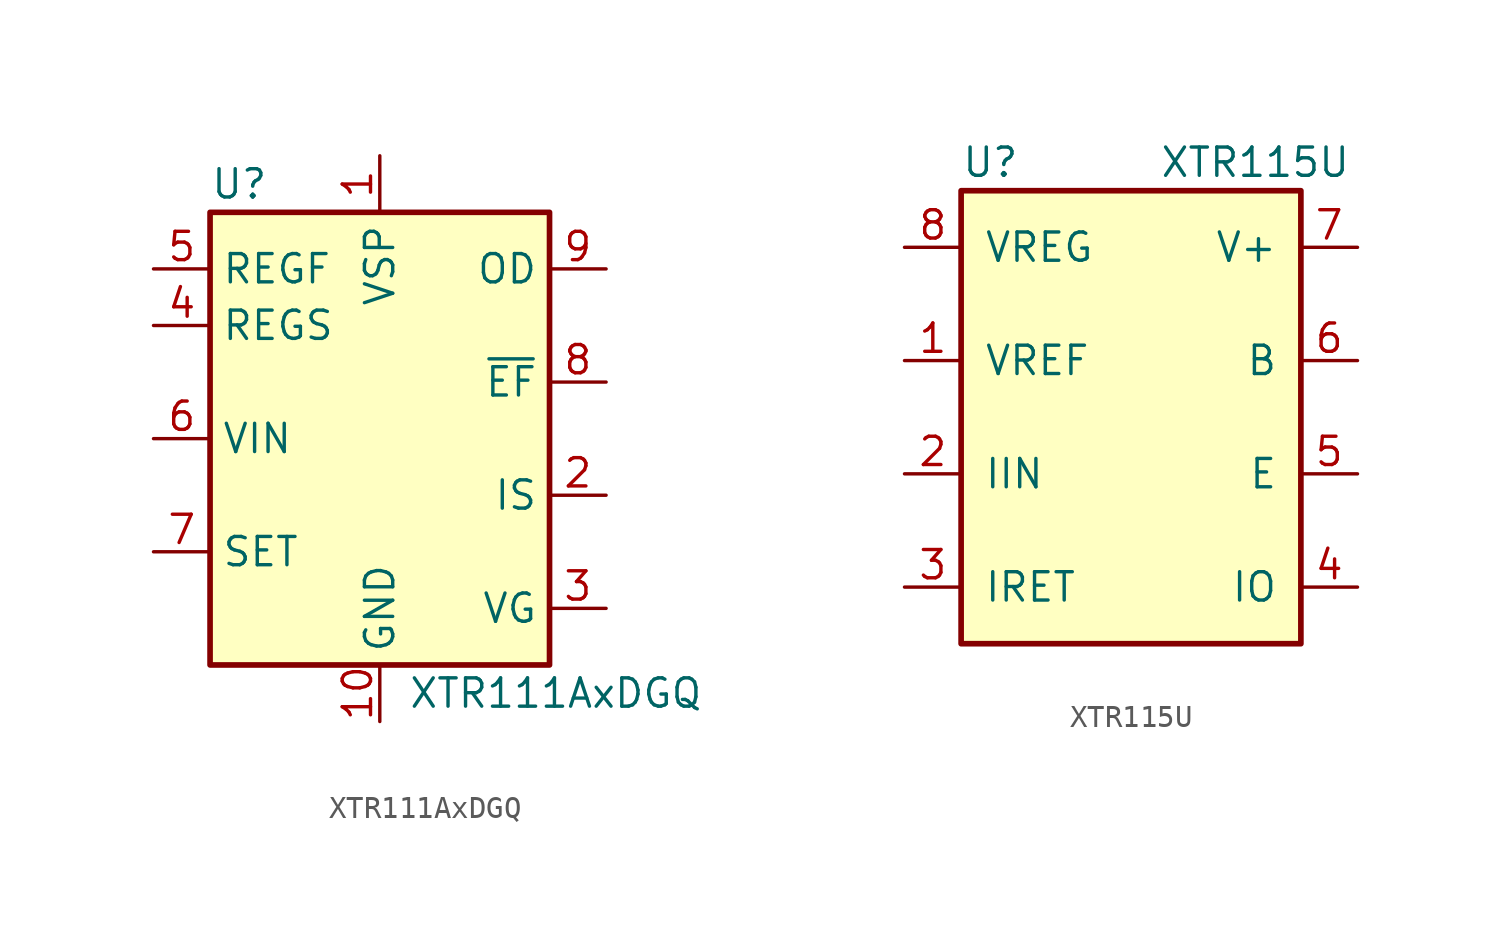
<source format=kicad_sym>
(kicad_symbol_lib
  (version 20241209)
  (generator "kicad_symbol_editor")
  (generator_version "9.0")
  (symbol "XTR111AxDGQ"
    (property "Reference" "U"
      (at -7.62 11.43 0)
      (effects (font (size 1.27 1.27)) (justify left)))
    (property "Value" "XTR111AxDGQ"
      (at 1.27 -11.43 0)
      (effects (font (size 1.27 1.27)) (justify left)))
    (symbol "XTR111AxDGQ_0_1"
      (rectangle (start -7.62 10.16) (end 7.62 -10.16) (stroke (width 0.254) (type default)) (fill (type background))))
    (symbol "XTR111AxDGQ_1_1"
      (pin output line (at -10.16 7.62 0) (length 2.54) (name "REGF" (effects (font (size 1.27 1.27)))) (number "5" (effects (font (size 1.27 1.27)))))
      (pin input line (at -10.16 5.08 0) (length 2.54) (name "REGS" (effects (font (size 1.27 1.27)))) (number "4" (effects (font (size 1.27 1.27)))))
      (pin input line (at -10.16 0 0) (length 2.54) (name "VIN" (effects (font (size 1.27 1.27)))) (number "6" (effects (font (size 1.27 1.27)))))
      (pin passive line (at -10.16 -5.08 0) (length 2.54) (name "SET" (effects (font (size 1.27 1.27)))) (number "7" (effects (font (size 1.27 1.27)))))
      (pin power_in line (at 0 12.7 270) (length 2.54) (name "VSP" (effects (font (size 1.27 1.27)))) (number "1" (effects (font (size 1.27 1.27)))))
      (pin power_in line (at 0 -12.7 90) (length 2.54) (name "GND" (effects (font (size 1.27 1.27)))) (number "10" (effects (font (size 1.27 1.27)))))
      (pin passive line (at 0 -12.7 90) (length 2.54) (hide yes) (name "GND" (effects (font (size 1.27 1.27)))) (number "11" (effects (font (size 1.27 1.27)))))
      (pin input line (at 10.16 7.62 180) (length 2.54) (name "OD" (effects (font (size 1.27 1.27)))) (number "9" (effects (font (size 1.27 1.27)))))
      (pin open_collector line (at 10.16 2.54 180) (length 2.54) (name "~{EF}" (effects (font (size 1.27 1.27)))) (number "8" (effects (font (size 1.27 1.27)))))
      (pin output line (at 10.16 -2.54 180) (length 2.54) (name "IS" (effects (font (size 1.27 1.27)))) (number "2" (effects (font (size 1.27 1.27)))))
      (pin output line (at 10.16 -7.62 180) (length 2.54) (name "VG" (effects (font (size 1.27 1.27)))) (number "3" (effects (font (size 1.27 1.27)))))))
  (symbol "XTR115U"
    (pin_names
      (offset 1.016))
    (property "Reference" "U"
      (at -7.62 13.97 0)
      (effects (font (size 1.27 1.27)) (justify left)))
    (property "Value" "XTR115U"
      (at 1.27 13.97 0)
      (effects (font (size 1.27 1.27)) (justify left)))
    (symbol "XTR115U_0_1"
      (rectangle (start -7.62 12.7) (end 7.62 -7.62) (stroke (width 0.254) (type default)) (fill (type background))))
    (symbol "XTR115U_1_1"
      (pin output line (at -10.16 10.16 0) (length 2.54) (name "VREG" (effects (font (size 1.27 1.27)))) (number "8" (effects (font (size 1.27 1.27)))))
      (pin output line (at -10.16 5.08 0) (length 2.54) (name "VREF" (effects (font (size 1.27 1.27)))) (number "1" (effects (font (size 1.27 1.27)))))
      (pin input line (at -10.16 0 0) (length 2.54) (name "IIN" (effects (font (size 1.27 1.27)))) (number "2" (effects (font (size 1.27 1.27)))))
      (pin input line (at -10.16 -5.08 0) (length 2.54) (name "IRET" (effects (font (size 1.27 1.27)))) (number "3" (effects (font (size 1.27 1.27)))))
      (pin output line (at 10.16 10.16 180) (length 2.54) (name "V+" (effects (font (size 1.27 1.27)))) (number "7" (effects (font (size 1.27 1.27)))))
      (pin output line (at 10.16 5.08 180) (length 2.54) (name "B" (effects (font (size 1.27 1.27)))) (number "6" (effects (font (size 1.27 1.27)))))
      (pin passive line (at 10.16 0 180) (length 2.54) (name "E" (effects (font (size 1.27 1.27)))) (number "5" (effects (font (size 1.27 1.27)))))
      (pin passive line (at 10.16 -5.08 180) (length 2.54) (name "IO" (effects (font (size 1.27 1.27)))) (number "4" (effects (font (size 1.27 1.27))))))))
</source>
